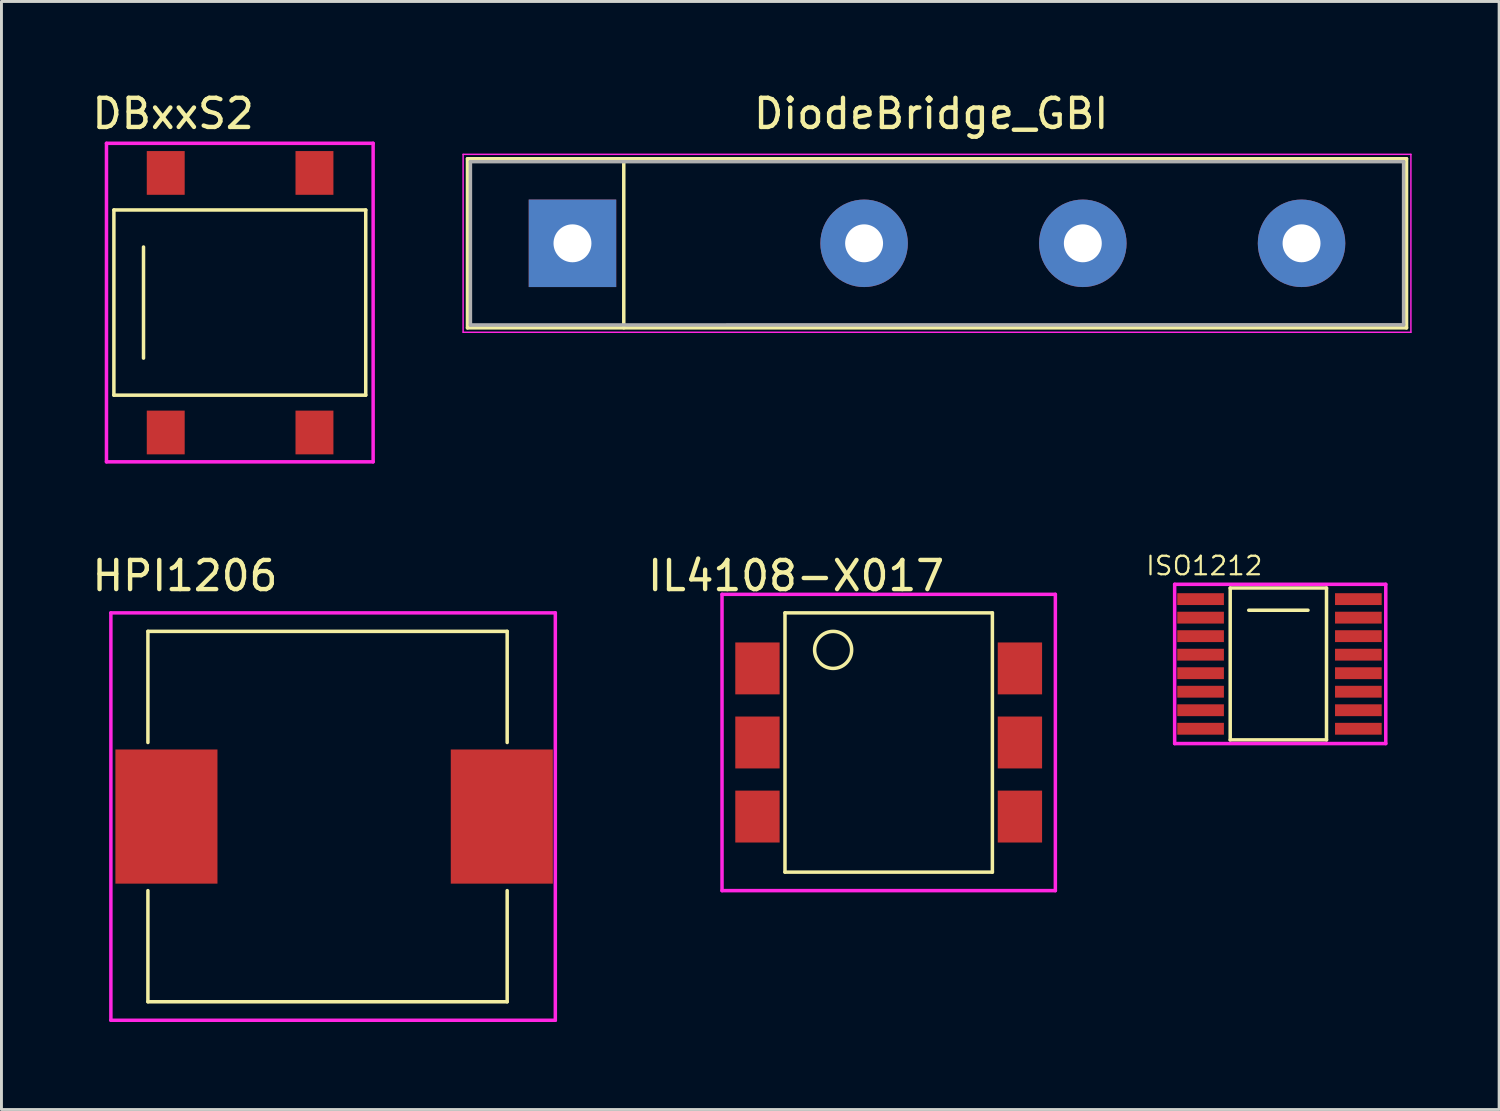
<source format=kicad_pcb>
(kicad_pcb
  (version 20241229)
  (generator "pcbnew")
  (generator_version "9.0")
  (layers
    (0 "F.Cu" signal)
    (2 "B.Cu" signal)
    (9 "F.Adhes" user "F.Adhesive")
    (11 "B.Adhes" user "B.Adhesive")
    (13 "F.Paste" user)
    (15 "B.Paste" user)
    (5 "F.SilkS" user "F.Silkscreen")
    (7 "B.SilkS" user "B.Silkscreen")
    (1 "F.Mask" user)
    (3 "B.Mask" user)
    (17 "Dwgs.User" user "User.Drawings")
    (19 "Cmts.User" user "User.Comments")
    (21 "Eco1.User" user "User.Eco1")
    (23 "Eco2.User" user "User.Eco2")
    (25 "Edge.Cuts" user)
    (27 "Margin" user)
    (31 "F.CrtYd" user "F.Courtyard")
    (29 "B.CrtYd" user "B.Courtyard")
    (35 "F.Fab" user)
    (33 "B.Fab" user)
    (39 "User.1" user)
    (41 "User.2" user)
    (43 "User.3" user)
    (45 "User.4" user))
  (footprint "IL4108-X017"
    (layer "F.Cu")
    (at 27.423 22.41)
    (property "Reference" "IL4108-X017" (at -3.175 -5.715 0) (layer "F.SilkS") (effects (font (size 1 1) (thickness 0.15))))
    (attr through_hole)
    (fp_line (start -3.556 -4.445) (end -3.556 4.445) (stroke (width 0.12) (type solid)) (layer "F.SilkS"))
    (fp_line (start -3.556 4.445) (end 3.556 4.445) (stroke (width 0.12) (type solid)) (layer "F.SilkS"))
    (fp_line (start 3.556 -4.445) (end -3.556 -4.445) (stroke (width 0.12) (type solid)) (layer "F.SilkS"))
    (fp_line (start 3.556 4.445) (end 3.556 -4.445) (stroke (width 0.12) (type solid)) (layer "F.SilkS"))
    (fp_circle (center -1.905 -3.175) (end -1.905 -2.54) (stroke (width 0.12) (type solid)) (fill no) (layer "F.SilkS"))
    (fp_line (start -5.715 -5.08) (end -5.715 5.08) (stroke (width 0.12) (type solid)) (layer "F.CrtYd"))
    (fp_line (start -5.715 -5.08) (end 5.715 -5.08) (stroke (width 0.12) (type solid)) (layer "F.CrtYd"))
    (fp_line (start -5.715 5.08) (end 5.715 5.08) (stroke (width 0.12) (type solid)) (layer "F.CrtYd"))
    (fp_line (start 5.715 -5.08) (end 5.715 5.08) (stroke (width 0.12) (type solid)) (layer "F.CrtYd"))
    (pad "1" smd rect (at -4.5 -2.54) (size 1.52 1.78) (layers "F.Cu" "F.Mask" "F.Paste"))
    (pad "2" smd rect (at -4.5 0) (size 1.52 1.78) (layers "F.Cu" "F.Mask" "F.Paste"))
    (pad "3" smd rect (at -4.5 2.54) (size 1.52 1.78) (layers "F.Cu" "F.Mask" "F.Paste"))
    (pad "4" smd rect (at 4.5 2.54) (size 1.52 1.78) (layers "F.Cu" "F.Mask" "F.Paste"))
    (pad "5" smd rect (at 4.5 0) (size 1.52 1.78) (layers "F.Cu" "F.Mask" "F.Paste"))
    (pad "6" smd rect (at 4.5 -2.54) (size 1.52 1.78) (layers "F.Cu" "F.Mask" "F.Paste")))
  (footprint "HPI1206"
    (layer "F.Cu")
    (at 2.657 24.95)
    (property "Reference" "HPI1206" (at 0.635 -8.255 0) (layer "F.SilkS") (effects (font (size 1 1) (thickness 0.15))))
    (attr through_hole)
    (fp_line (start -0.635 -6.35) (end 11.684 -6.35) (stroke (width 0.12) (type solid)) (layer "F.SilkS"))
    (fp_line (start -0.635 -2.54) (end -0.635 -6.35) (stroke (width 0.12) (type solid)) (layer "F.SilkS"))
    (fp_line (start -0.635 2.54) (end -0.635 6.35) (stroke (width 0.12) (type solid)) (layer "F.SilkS"))
    (fp_line (start -0.635 6.35) (end 11.684 6.35) (stroke (width 0.12) (type solid)) (layer "F.SilkS"))
    (fp_line (start 11.684 -6.35) (end 11.684 -2.54) (stroke (width 0.12) (type solid)) (layer "F.SilkS"))
    (fp_line (start 11.684 6.35) (end 11.684 2.54) (stroke (width 0.12) (type solid)) (layer "F.SilkS"))
    (fp_line (start -1.905 -6.985) (end -1.905 6.985) (stroke (width 0.12) (type solid)) (layer "F.CrtYd"))
    (fp_line (start -1.905 6.985) (end 13.335 6.985) (stroke (width 0.12) (type solid)) (layer "F.CrtYd"))
    (fp_line (start 13.335 -6.985) (end -1.905 -6.985) (stroke (width 0.12) (type solid)) (layer "F.CrtYd"))
    (fp_line (start 13.335 6.985) (end 13.335 -6.985) (stroke (width 0.12) (type solid)) (layer "F.CrtYd"))
    (pad "1" smd rect (at 0 0) (size 3.5 4.6) (layers "F.Cu" "F.Mask" "F.Paste"))
    (pad "2" smd rect (at 11.5 0) (size 3.5 4.6) (layers "F.Cu" "F.Mask" "F.Paste")))
  (footprint "ISO1212"
    (layer "F.Cu")
    (at 38.118 21.939)
    (property "Reference" "ISO1212" (at 0.127 -5.588 0) (layer "F.SilkS") (effects (font (size 0.635 0.635) (thickness 0.076))))
    (attr through_hole)
    (fp_line (start 1.016 -4.826) (end 1.016 0.381) (stroke (width 0.12) (type solid)) (layer "F.SilkS"))
    (fp_line (start 1.016 -4.826) (end 4.318 -4.826) (stroke (width 0.12) (type solid)) (layer "F.SilkS"))
    (fp_line (start 1.651 -4.064) (end 3.683 -4.064) (stroke (width 0.12) (type solid)) (layer "F.SilkS"))
    (fp_line (start 4.318 -4.826) (end 4.318 0.381) (stroke (width 0.12) (type solid)) (layer "F.SilkS"))
    (fp_line (start 4.318 0.381) (end 1.016 0.381) (stroke (width 0.12) (type solid)) (layer "F.SilkS"))
    (fp_line (start -0.889 -4.953) (end 6.35 -4.953) (stroke (width 0.12) (type solid)) (layer "F.CrtYd"))
    (fp_line (start -0.889 0.508) (end -0.889 -4.953) (stroke (width 0.12) (type solid)) (layer "F.CrtYd"))
    (fp_line (start 6.35 -4.953) (end 6.35 0.508) (stroke (width 0.12) (type solid)) (layer "F.CrtYd"))
    (fp_line (start 6.35 0.508) (end -0.889 0.508) (stroke (width 0.12) (type solid)) (layer "F.CrtYd"))
    (pad "1" smd rect (at 0 -4.445) (size 1.6 0.406) (layers "F.Cu" "F.Mask" "F.Paste"))
    (pad "2" smd rect (at 0 -3.81) (size 1.6 0.406) (layers "F.Cu" "F.Mask" "F.Paste"))
    (pad "3" smd rect (at 0 -3.175) (size 1.6 0.406) (layers "F.Cu" "F.Mask" "F.Paste"))
    (pad "4" smd rect (at 0 -2.54) (size 1.6 0.406) (layers "F.Cu" "F.Mask" "F.Paste"))
    (pad "5" smd rect (at 0 -1.905) (size 1.6 0.406) (layers "F.Cu" "F.Mask" "F.Paste"))
    (pad "6" smd rect (at 0 -1.27) (size 1.6 0.406) (layers "F.Cu" "F.Mask" "F.Paste"))
    (pad "7" smd rect (at 0 -0.635) (size 1.6 0.406) (layers "F.Cu" "F.Mask" "F.Paste"))
    (pad "8" smd rect (at 0 0) (size 1.6 0.406) (layers "F.Cu" "F.Mask" "F.Paste"))
    (pad "9" smd rect (at 5.41 0) (size 1.6 0.406) (layers "F.Cu" "F.Mask" "F.Paste"))
    (pad "10" smd rect (at 5.41 -0.635) (size 1.6 0.406) (layers "F.Cu" "F.Mask" "F.Paste"))
    (pad "11" smd rect (at 5.41 -1.27) (size 1.6 0.406) (layers "F.Cu" "F.Mask" "F.Paste"))
    (pad "12" smd rect (at 5.41 -1.905) (size 1.6 0.406) (layers "F.Cu" "F.Mask" "F.Paste"))
    (pad "13" smd rect (at 5.41 -2.54) (size 1.6 0.406) (layers "F.Cu" "F.Mask" "F.Paste"))
    (pad "14" smd rect (at 5.41 -3.175) (size 1.6 0.406) (layers "F.Cu" "F.Mask" "F.Paste"))
    (pad "15" smd rect (at 5.41 -3.81) (size 1.6 0.406) (layers "F.Cu" "F.Mask" "F.Paste"))
    (pad "16" smd rect (at 5.41 -4.445) (size 1.6 0.406) (layers "F.Cu" "F.Mask" "F.Paste")))
  (footprint "DBxxS2"
    (layer "F.Cu")
    (at 2.633 2.88)
    (property "Reference" "DBxxS2" (at 0.254 -2.032 0) (layer "F.SilkS") (effects (font (size 1 1) (thickness 0.15))))
    (attr through_hole)
    (fp_line (start -1.778 1.27) (end 6.858 1.27) (stroke (width 0.12) (type solid)) (layer "F.SilkS"))
    (fp_line (start -1.778 7.62) (end -1.778 1.27) (stroke (width 0.12) (type solid)) (layer "F.SilkS"))
    (fp_line (start -0.762 2.54) (end -0.762 6.35) (stroke (width 0.12) (type solid)) (layer "F.SilkS"))
    (fp_line (start 6.858 1.27) (end 6.858 7.62) (stroke (width 0.12) (type solid)) (layer "F.SilkS"))
    (fp_line (start 6.858 7.62) (end -1.778 7.62) (stroke (width 0.12) (type solid)) (layer "F.SilkS"))
    (fp_line (start -2.032 -1.016) (end -2.032 9.906) (stroke (width 0.12) (type solid)) (layer "F.CrtYd"))
    (fp_line (start -2.032 9.906) (end 7.112 9.906) (stroke (width 0.12) (type solid)) (layer "F.CrtYd"))
    (fp_line (start 7.112 -1.016) (end -2.032 -1.016) (stroke (width 0.12) (type solid)) (layer "F.CrtYd"))
    (fp_line (start 7.112 9.906) (end 7.112 -1.016) (stroke (width 0.12) (type solid)) (layer "F.CrtYd"))
    (pad "1" smd rect (at 0 8.9) (size 1.3 1.5) (layers "F.Cu" "F.Mask" "F.Paste"))
    (pad "2" smd rect (at 5.1 8.9) (size 1.3 1.5) (layers "F.Cu" "F.Mask" "F.Paste"))
    (pad "3" smd rect (at 5.1 0) (size 1.3 1.5) (layers "F.Cu" "F.Mask" "F.Paste"))
    (pad "4" smd rect (at 0 0) (size 1.3 1.5) (layers "F.Cu" "F.Mask" "F.Paste")))
  (footprint "DiodeBridge_GBI"
    (layer "F.Cu")
    (at 41.58 5.293)
    (property "Reference" "DiodeBridge_GBI" (at -12.7 -4.445 0) (layer "F.SilkS") (effects (font (size 1 1) (thickness 0.15))))
    (attr through_hole)
    (fp_line (start -28.6 -2.9) (end 3.6 -2.9) (stroke (width 0.12) (type solid)) (layer "F.SilkS"))
    (fp_line (start -28.6 2.9) (end -28.6 -2.9) (stroke (width 0.12) (type solid)) (layer "F.SilkS"))
    (fp_line (start -23.241 -2.896) (end -23.241 2.896) (stroke (width 0.12) (type solid)) (layer "F.SilkS"))
    (fp_line (start 3.6 -2.9) (end 3.6 2.9) (stroke (width 0.12) (type solid)) (layer "F.SilkS"))
    (fp_line (start 3.6 2.9) (end -28.6 2.9) (stroke (width 0.12) (type solid)) (layer "F.SilkS"))
    (fp_line (start -28.75 -3.05) (end 3.75 -3.05) (stroke (width 0.05) (type solid)) (layer "F.CrtYd"))
    (fp_line (start -28.75 3.05) (end -28.75 -3.05) (stroke (width 0.05) (type solid)) (layer "F.CrtYd"))
    (fp_line (start 3.75 -3.05) (end 3.75 3.05) (stroke (width 0.05) (type solid)) (layer "F.CrtYd"))
    (fp_line (start 3.75 3.05) (end -28.75 3.05) (stroke (width 0.05) (type solid)) (layer "F.CrtYd"))
    (fp_line (start -28.5 -2.8) (end -28.5 2.8) (stroke (width 0.12) (type solid)) (layer "F.Fab"))
    (fp_line (start -28.5 2.8) (end 3.5 2.794) (stroke (width 0.12) (type solid)) (layer "F.Fab"))
    (fp_line (start 3.5 -2.8) (end -28.5 -2.8) (stroke (width 0.12) (type solid)) (layer "F.Fab"))
    (fp_line (start 3.5 2.794) (end 3.5 -2.8) (stroke (width 0.12) (type solid)) (layer "F.Fab"))
    (pad "1" thru_hole rect (at -25 0 180) (size 3 3) (drill 1.3) (layers "*.Cu" "*.Mask"))
    (pad "2" thru_hole circle (at -15 0 180) (size 3 3) (drill 1.3) (layers "*.Cu" "*.Mask"))
    (pad "3" thru_hole circle (at -7.5 0 180) (size 3 3) (drill 1.3) (layers "*.Cu" "*.Mask"))
    (pad "4" thru_hole circle (at 0 0 180) (size 3 3) (drill 1.3) (layers "*.Cu" "*.Mask")))
  (gr_rect
    (start -3 -3)
    (end 48.355 34.995)
    (stroke (width 0.1) (type default))
    (fill no)
    (layer "Edge.Cuts")))
</source>
